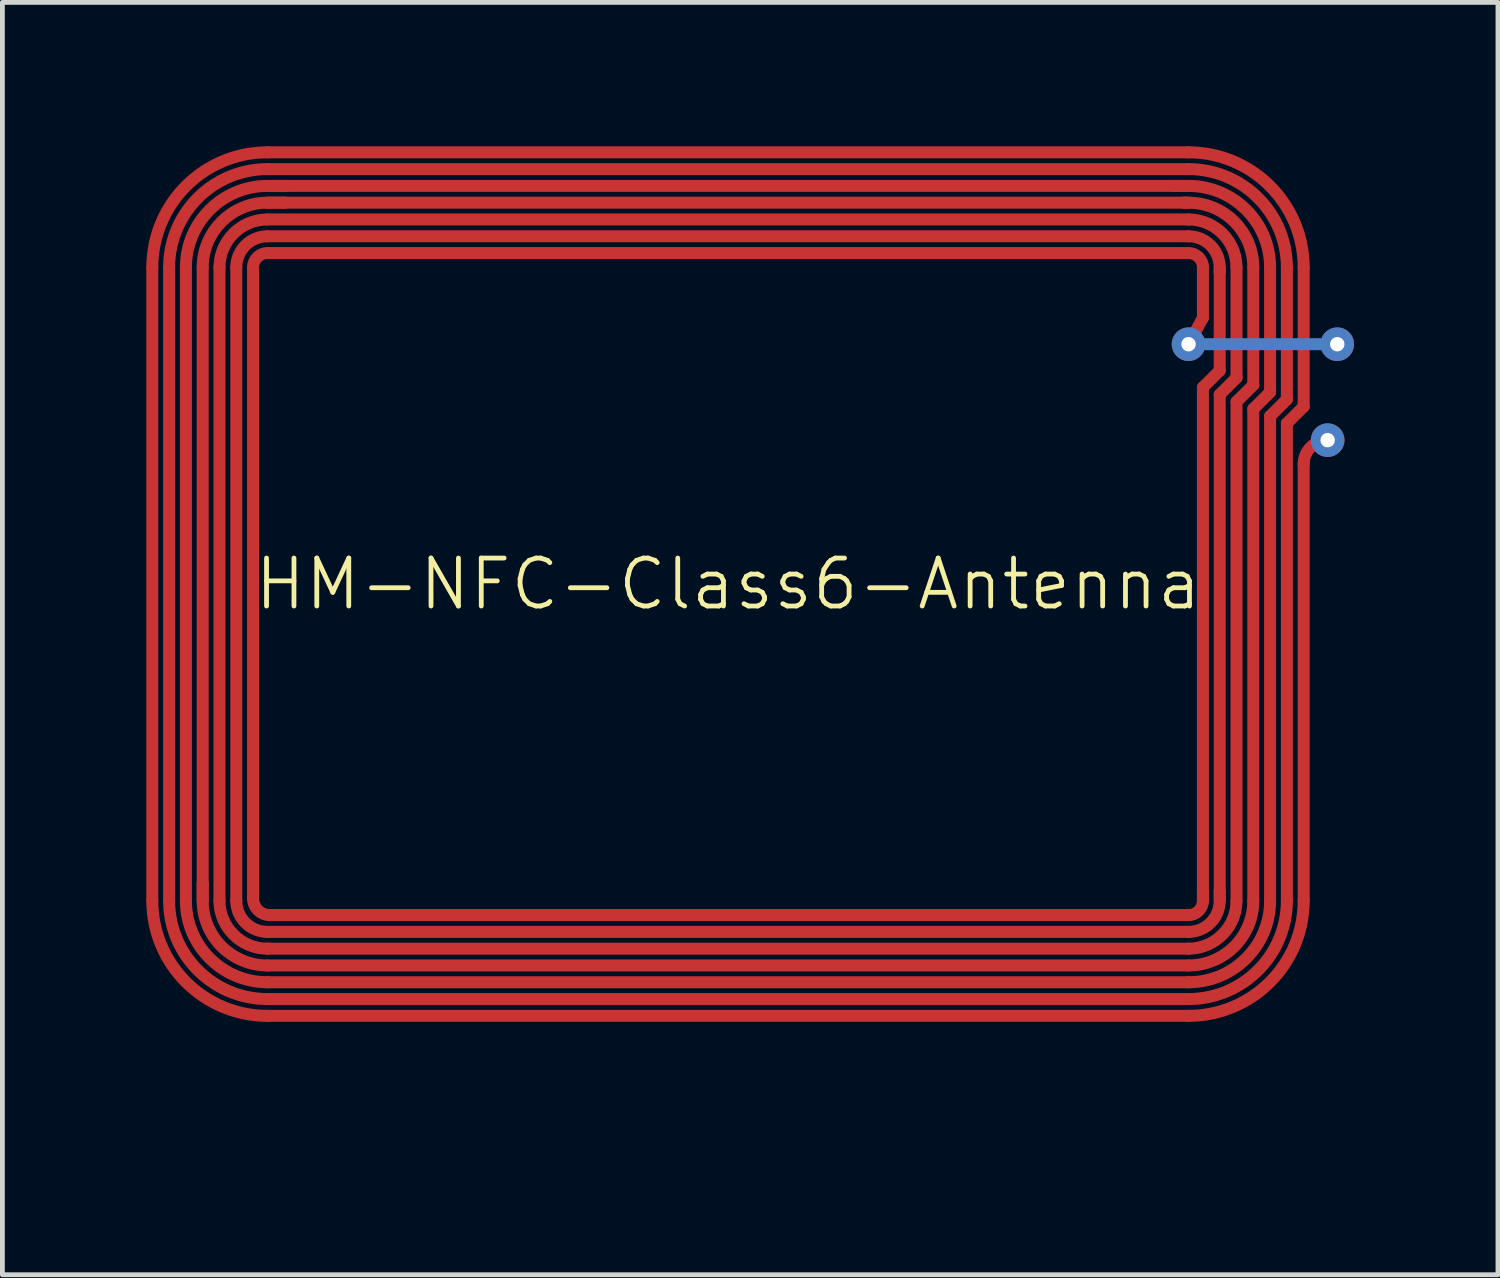
<source format=kicad_pcb>
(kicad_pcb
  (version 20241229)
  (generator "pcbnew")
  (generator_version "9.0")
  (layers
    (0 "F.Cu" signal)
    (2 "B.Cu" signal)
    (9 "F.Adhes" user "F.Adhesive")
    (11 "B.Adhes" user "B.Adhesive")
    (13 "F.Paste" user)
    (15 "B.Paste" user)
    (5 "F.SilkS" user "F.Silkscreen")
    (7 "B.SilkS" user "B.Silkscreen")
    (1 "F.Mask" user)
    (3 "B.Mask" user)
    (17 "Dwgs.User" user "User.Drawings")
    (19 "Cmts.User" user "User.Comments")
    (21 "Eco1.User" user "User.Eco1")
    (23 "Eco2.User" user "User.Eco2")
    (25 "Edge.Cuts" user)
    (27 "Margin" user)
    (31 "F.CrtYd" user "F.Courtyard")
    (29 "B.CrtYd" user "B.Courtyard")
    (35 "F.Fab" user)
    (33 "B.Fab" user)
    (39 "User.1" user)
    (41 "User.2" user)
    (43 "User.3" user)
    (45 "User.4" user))
  (footprint "HM-NFC-Class6-Antenna"
    (layer "F.Cu")
    (at 12.125 9.125)
    (property "Reference" "HM-NFC-Class6-Antenna" (at 0 0 0) (layer "F.SilkS") (effects (font (size 1 1) (thickness 0.1))))
    (attr through_hole)
    (fp_line (start -12 -6.6) (end -12 6.6) (stroke (width 0.25) (type solid)) (layer "F.Cu"))
    (fp_line (start -11.65 -6.6) (end -11.65 6.6) (stroke (width 0.25) (type solid)) (layer "F.Cu"))
    (fp_line (start -11.3 -6.6) (end -11.3 6.6) (stroke (width 0.25) (type solid)) (layer "F.Cu"))
    (fp_line (start -10.95 -6.6) (end -10.95 6.25) (stroke (width 0.25) (type solid)) (layer "F.Cu"))
    (fp_line (start -10.95 6.25) (end -10.95 6.55) (stroke (width 0.25) (type solid)) (layer "F.Cu"))
    (fp_line (start -10.95 6.6) (end -10.95 6.25) (stroke (width 0.25) (type solid)) (layer "F.Cu"))
    (fp_line (start -10.6 -6.6) (end -10.6 6.6) (stroke (width 0.25) (type solid)) (layer "F.Cu"))
    (fp_line (start -10.25 -6.6) (end -10.25 6.6) (stroke (width 0.25) (type solid)) (layer "F.Cu"))
    (fp_line (start -9.9 -6.6) (end -9.9 6.55) (stroke (width 0.25) (type solid)) (layer "F.Cu"))
    (fp_line (start -9.6 -9) (end 9.6 -9) (stroke (width 0.25) (type solid)) (layer "F.Cu"))
    (fp_line (start -9.6 -8.65) (end 9.6 -8.65) (stroke (width 0.25) (type solid)) (layer "F.Cu"))
    (fp_line (start -9.6 -8.3) (end -9.2 -8.3) (stroke (width 0.25) (type solid)) (layer "F.Cu"))
    (fp_line (start -9.6 -7.95) (end -9.25 -7.95) (stroke (width 0.25) (type solid)) (layer "F.Cu"))
    (fp_line (start -9.6 -7.6) (end 9.6 -7.6) (stroke (width 0.25) (type solid)) (layer "F.Cu"))
    (fp_line (start -9.6 -7.25) (end 9.6 -7.25) (stroke (width 0.25) (type solid)) (layer "F.Cu"))
    (fp_line (start -9.6 -6.9) (end 9.6 -6.9) (stroke (width 0.25) (type solid)) (layer "F.Cu"))
    (fp_line (start -9.6 7.25) (end 9.6 7.25) (stroke (width 0.25) (type solid)) (layer "F.Cu"))
    (fp_line (start -9.6 7.6) (end 9.6 7.6) (stroke (width 0.25) (type solid)) (layer "F.Cu"))
    (fp_line (start -9.6 7.95) (end 9.6 7.95) (stroke (width 0.25) (type solid)) (layer "F.Cu"))
    (fp_line (start -9.6 8.3) (end 9.6 8.3) (stroke (width 0.25) (type solid)) (layer "F.Cu"))
    (fp_line (start -9.6 8.65) (end 9.6 8.65) (stroke (width 0.25) (type solid)) (layer "F.Cu"))
    (fp_line (start -9.6 9) (end 9.6 9) (stroke (width 0.25) (type solid)) (layer "F.Cu"))
    (fp_line (start -9.55 -8.3) (end -9.2 -8.3) (stroke (width 0.25) (type solid)) (layer "F.Cu"))
    (fp_line (start -9.55 -7.95) (end -9.25 -7.95) (stroke (width 0.25) (type solid)) (layer "F.Cu"))
    (fp_line (start -9.55 6.9) (end 9.6 6.9) (stroke (width 0.25) (type solid)) (layer "F.Cu"))
    (fp_line (start -9.25 -7.95) (end 9.5 -7.95) (stroke (width 0.25) (type solid)) (layer "F.Cu"))
    (fp_line (start -9.2 -8.3) (end 9.3 -8.3) (stroke (width 0.25) (type solid)) (layer "F.Cu"))
    (fp_line (start 9.3 -8.3) (end 9.55 -8.3) (stroke (width 0.25) (type solid)) (layer "F.Cu"))
    (fp_line (start 9.5 -7.95) (end 9.55 -7.95) (stroke (width 0.25) (type solid)) (layer "F.Cu"))
    (fp_line (start 9.6 -8.3) (end 9.3 -8.3) (stroke (width 0.25) (type solid)) (layer "F.Cu"))
    (fp_line (start 9.6 -7.95) (end 9.5 -7.95) (stroke (width 0.25) (type solid)) (layer "F.Cu"))
    (fp_line (start 9.9 -6.6) (end 9.9 -5.55) (stroke (width 0.25) (type solid)) (layer "F.Cu"))
    (fp_line (start 9.9 -5.55) (end 9.6 -5) (stroke (width 0.25) (type solid)) (layer "F.Cu"))
    (fp_line (start 9.9 -4.1) (end 9.9 6.45) (stroke (width 0.25) (type solid)) (layer "F.Cu"))
    (fp_line (start 9.9 -4.1) (end 10.25 -4.45) (stroke (width 0.25) (type solid)) (layer "F.Cu"))
    (fp_line (start 9.9 6.45) (end 9.9 6.55) (stroke (width 0.25) (type solid)) (layer "F.Cu"))
    (fp_line (start 9.9 6.6) (end 9.9 6.45) (stroke (width 0.25) (type solid)) (layer "F.Cu"))
    (fp_line (start 10.25 -6.6) (end 10.25 -6.5) (stroke (width 0.25) (type solid)) (layer "F.Cu"))
    (fp_line (start 10.25 -6.55) (end 10.25 -6.5) (stroke (width 0.25) (type solid)) (layer "F.Cu"))
    (fp_line (start 10.25 -6.5) (end 10.25 -4.45) (stroke (width 0.25) (type solid)) (layer "F.Cu"))
    (fp_line (start 10.25 -3.95) (end 10.25 6.4) (stroke (width 0.25) (type solid)) (layer "F.Cu"))
    (fp_line (start 10.25 -3.95) (end 10.6 -4.3) (stroke (width 0.25) (type solid)) (layer "F.Cu"))
    (fp_line (start 10.25 6.4) (end 10.25 6.55) (stroke (width 0.25) (type solid)) (layer "F.Cu"))
    (fp_line (start 10.25 6.6) (end 10.25 6.4) (stroke (width 0.25) (type solid)) (layer "F.Cu"))
    (fp_line (start 10.6 -6.6) (end 10.6 -4.3) (stroke (width 0.25) (type solid)) (layer "F.Cu"))
    (fp_line (start 10.6 -3.8) (end 10.6 6.6) (stroke (width 0.25) (type solid)) (layer "F.Cu"))
    (fp_line (start 10.6 -3.8) (end 10.95 -4.15) (stroke (width 0.25) (type solid)) (layer "F.Cu"))
    (fp_line (start 10.95 -6.6) (end 10.95 -4.15) (stroke (width 0.25) (type solid)) (layer "F.Cu"))
    (fp_line (start 10.95 -3.65) (end 10.95 6.6) (stroke (width 0.25) (type solid)) (layer "F.Cu"))
    (fp_line (start 10.95 -3.65) (end 11.3 -4) (stroke (width 0.25) (type solid)) (layer "F.Cu"))
    (fp_line (start 11.3 -6.6) (end 11.3 -4) (stroke (width 0.25) (type solid)) (layer "F.Cu"))
    (fp_line (start 11.3 -3.5) (end 11.3 6.6) (stroke (width 0.25) (type solid)) (layer "F.Cu"))
    (fp_line (start 11.3 -3.5) (end 11.65 -3.85) (stroke (width 0.25) (type solid)) (layer "F.Cu"))
    (fp_line (start 11.65 -6.6) (end 11.65 -3.85) (stroke (width 0.25) (type solid)) (layer "F.Cu"))
    (fp_line (start 11.65 -3.35) (end 11.65 6.6) (stroke (width 0.25) (type solid)) (layer "F.Cu"))
    (fp_line (start 11.65 -3.35) (end 12 -3.7) (stroke (width 0.25) (type solid)) (layer "F.Cu"))
    (fp_line (start 12 -3.7) (end 12 -6.6) (stroke (width 0.25) (type solid)) (layer "F.Cu"))
    (fp_line (start 12 6.6) (end 12 -2.5) (stroke (width 0.25) (type solid)) (layer "F.Cu"))
    (fp_arc (start -12 -6.6) (mid -11.297056 -8.297056) (end -9.6 -9) (stroke (width 0.25) (type solid)) (layer "F.Cu"))
    (fp_arc (start -11.65 -6.6) (mid -11.049569 -8.049569) (end -9.6 -8.65) (stroke (width 0.25) (type solid)) (layer "F.Cu"))
    (fp_arc (start -11.3 -6.6) (mid -10.802082 -7.802082) (end -9.6 -8.3) (stroke (width 0.25) (type solid)) (layer "F.Cu"))
    (fp_arc (start -10.95 -6.6) (mid -10.554594 -7.554594) (end -9.6 -7.95) (stroke (width 0.25) (type solid)) (layer "F.Cu"))
    (fp_arc (start -10.6 -6.6) (mid -10.307107 -7.307107) (end -9.6 -7.6) (stroke (width 0.25) (type solid)) (layer "F.Cu"))
    (fp_arc (start -10.25 -6.6) (mid -10.059619 -7.059619) (end -9.6 -7.25) (stroke (width 0.25) (type solid)) (layer "F.Cu"))
    (fp_arc (start -9.9 -6.6) (mid -9.812132 -6.812132) (end -9.6 -6.9) (stroke (width 0.25) (type solid)) (layer "F.Cu"))
    (fp_arc (start -9.6 7.25) (mid -10.059619 7.059619) (end -10.25 6.6) (stroke (width 0.25) (type solid)) (layer "F.Cu"))
    (fp_arc (start -9.6 7.6) (mid -10.307107 7.307107) (end -10.6 6.6) (stroke (width 0.25) (type solid)) (layer "F.Cu"))
    (fp_arc (start -9.6 7.95) (mid -10.554594 7.554594) (end -10.95 6.6) (stroke (width 0.25) (type solid)) (layer "F.Cu"))
    (fp_arc (start -9.6 8.3) (mid -10.802082 7.802082) (end -11.3 6.6) (stroke (width 0.25) (type solid)) (layer "F.Cu"))
    (fp_arc (start -9.6 8.65) (mid -11.049569 8.049569) (end -11.65 6.6) (stroke (width 0.25) (type solid)) (layer "F.Cu"))
    (fp_arc (start -9.6 9) (mid -11.297056 8.297056) (end -12 6.6) (stroke (width 0.25) (type solid)) (layer "F.Cu"))
    (fp_arc (start -9.55 6.9) (mid -9.797487 6.797487) (end -9.9 6.55) (stroke (width 0.25) (type solid)) (layer "F.Cu"))
    (fp_arc (start 9.6 -9) (mid 11.297056 -8.297056) (end 12 -6.6) (stroke (width 0.25) (type solid)) (layer "F.Cu"))
    (fp_arc (start 9.6 -8.65) (mid 11.049569 -8.049569) (end 11.65 -6.6) (stroke (width 0.25) (type solid)) (layer "F.Cu"))
    (fp_arc (start 9.6 -8.3) (mid 10.802082 -7.802082) (end 11.3 -6.6) (stroke (width 0.25) (type solid)) (layer "F.Cu"))
    (fp_arc (start 9.6 -7.95) (mid 10.554594 -7.554594) (end 10.95 -6.6) (stroke (width 0.25) (type solid)) (layer "F.Cu"))
    (fp_arc (start 9.6 -7.6) (mid 10.307107 -7.307107) (end 10.6 -6.6) (stroke (width 0.25) (type solid)) (layer "F.Cu"))
    (fp_arc (start 9.6 -7.25) (mid 10.059619 -7.059619) (end 10.25 -6.6) (stroke (width 0.25) (type solid)) (layer "F.Cu"))
    (fp_arc (start 9.6 -6.9) (mid 9.812132 -6.812132) (end 9.9 -6.6) (stroke (width 0.25) (type solid)) (layer "F.Cu"))
    (fp_arc (start 9.9 6.6) (mid 9.812132 6.812132) (end 9.6 6.9) (stroke (width 0.25) (type solid)) (layer "F.Cu"))
    (fp_arc (start 10.25 6.6) (mid 10.059619 7.059619) (end 9.6 7.25) (stroke (width 0.25) (type solid)) (layer "F.Cu"))
    (fp_arc (start 10.6 6.6) (mid 10.307107 7.307107) (end 9.6 7.6) (stroke (width 0.25) (type solid)) (layer "F.Cu"))
    (fp_arc (start 10.95 6.6) (mid 10.554594 7.554594) (end 9.6 7.95) (stroke (width 0.25) (type solid)) (layer "F.Cu"))
    (fp_arc (start 11.3 6.6) (mid 10.802082 7.802082) (end 9.6 8.3) (stroke (width 0.25) (type solid)) (layer "F.Cu"))
    (fp_arc (start 11.65 6.6) (mid 11.049569 8.049569) (end 9.6 8.65) (stroke (width 0.25) (type solid)) (layer "F.Cu"))
    (fp_arc (start 12 -2.5) (mid 12.146447 -2.853553) (end 12.5 -3) (stroke (width 0.25) (type solid)) (layer "F.Cu"))
    (fp_arc (start 12 6.6) (mid 11.297056 8.297056) (end 9.6 9) (stroke (width 0.25) (type solid)) (layer "F.Cu"))
    (fp_line (start 9.6 -5) (end 12.7 -5) (stroke (width 0.25) (type solid)) (layer "B.Cu"))
    (fp_text user "Class 6 - 50 pF" (at 0 11.176 180) (layer "Eco2.User") (effects (font (size 1 1) (thickness 0.1)) (justify bottom)))
    (pad "" thru_hole circle (at 9.6 -5) (size 0.7 0.7) (drill 0.3) (layers "*.Cu" "*.Mask"))
    (pad "1" thru_hole circle (at 12.7 -5) (size 0.7 0.7) (drill 0.3) (layers "*.Cu" "*.Mask"))
    (pad "2" thru_hole circle (at 12.5 -3) (size 0.7 0.7) (drill 0.3) (layers "*.Cu" "*.Mask")))
  (gr_rect
    (start -3 -3)
    (end 28.175 23.522)
    (stroke (width 0.1) (type default))
    (fill no)
    (layer "Edge.Cuts")))
</source>
